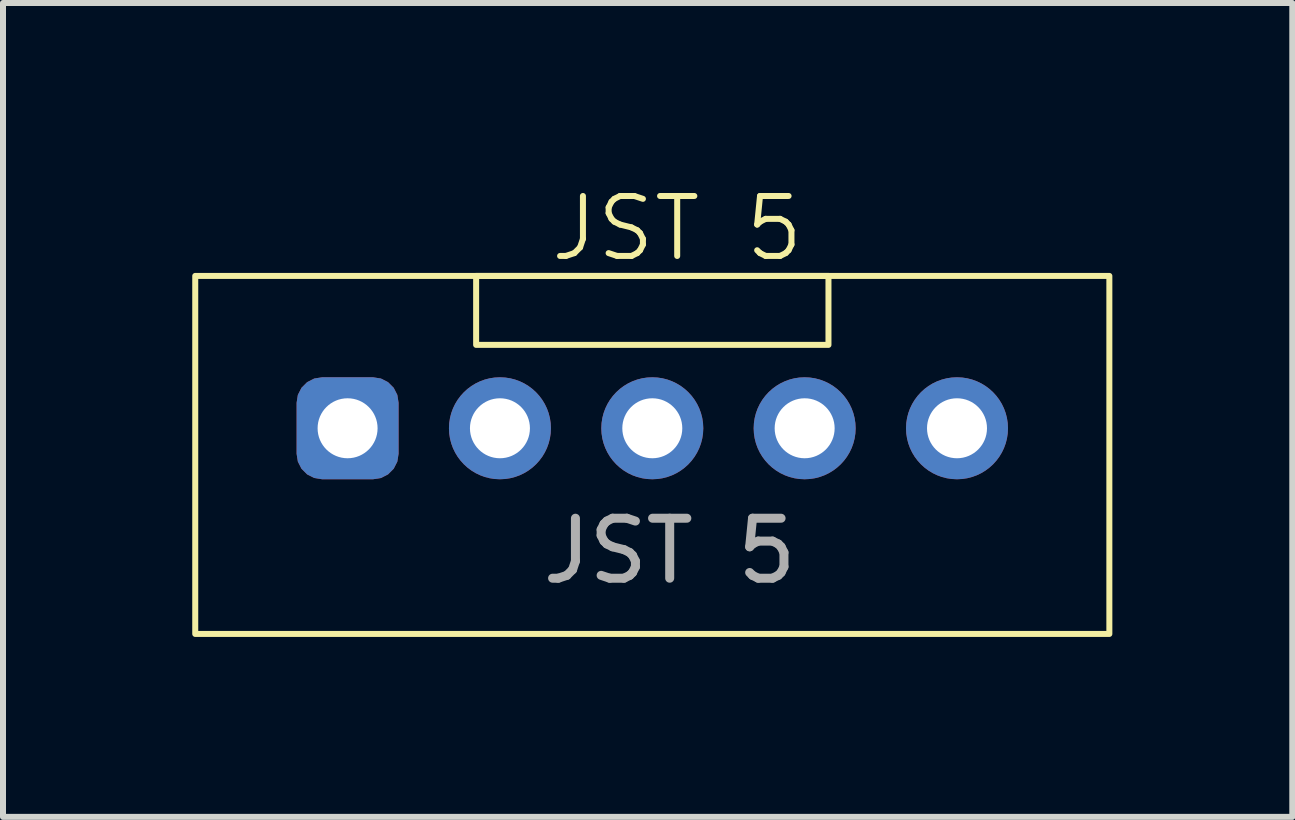
<source format=kicad_pcb>
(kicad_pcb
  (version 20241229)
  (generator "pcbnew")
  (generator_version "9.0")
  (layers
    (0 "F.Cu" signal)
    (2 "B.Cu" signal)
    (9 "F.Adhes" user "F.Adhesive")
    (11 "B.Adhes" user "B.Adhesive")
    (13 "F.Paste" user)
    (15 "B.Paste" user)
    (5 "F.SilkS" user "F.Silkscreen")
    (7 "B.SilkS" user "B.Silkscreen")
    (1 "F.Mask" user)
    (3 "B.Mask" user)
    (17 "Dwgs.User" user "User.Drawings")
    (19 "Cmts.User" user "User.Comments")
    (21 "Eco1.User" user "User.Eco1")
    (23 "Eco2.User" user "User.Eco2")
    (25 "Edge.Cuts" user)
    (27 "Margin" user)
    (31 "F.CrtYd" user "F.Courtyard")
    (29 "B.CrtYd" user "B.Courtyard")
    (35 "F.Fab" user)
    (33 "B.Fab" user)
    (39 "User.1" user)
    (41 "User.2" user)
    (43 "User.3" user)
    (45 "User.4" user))
  (footprint "JST 5"
    (layer "F.Cu")
    (at 0.25 6.665)
    (property "Reference" "JST 5" (at 7.99 -5.905 0) (unlocked yes) (layer "F.SilkS") (effects (font (size 1 1) (thickness 0.1))))
    (attr through_hole)
    (fp_rect (start -0.045 -5.115) (end 15.195 0.854) (stroke (width 0.1) (type default)) (fill no) (layer "F.SilkS"))
    (fp_rect (start 4.638 -3.965) (end 10.512 -5.115) (stroke (width 0.1) (type default)) (fill no) (layer "F.SilkS"))
    (fp_text user "${REFERENCE}" (at 7.865 -0.53 0) (unlocked yes) (layer "F.Fab") (effects (font (size 1 1) (thickness 0.15))))
    (pad "1" thru_hole roundrect (at 2.495 -2.575) (size 1.7 1.7) (drill 1) (layers "*.Cu" "*.Mask") (roundrect_rratio 0.25))
    (pad "2" thru_hole circle (at 5.035 -2.575) (size 1.7 1.7) (drill 1) (layers "*.Cu" "*.Mask"))
    (pad "3" thru_hole circle (at 7.575 -2.575) (size 1.7 1.7) (drill 1) (layers "*.Cu" "*.Mask"))
    (pad "4" thru_hole circle (at 10.115 -2.575) (size 1.7 1.7) (drill 1) (layers "*.Cu" "*.Mask"))
    (pad "5" thru_hole circle (at 12.655 -2.575) (size 1.7 1.7) (drill 1) (layers "*.Cu" "*.Mask")))
  (gr_rect
    (start -3 -3)
    (end 18.495 10.569)
    (stroke (width 0.1) (type default))
    (fill no)
    (layer "Edge.Cuts")))
</source>
